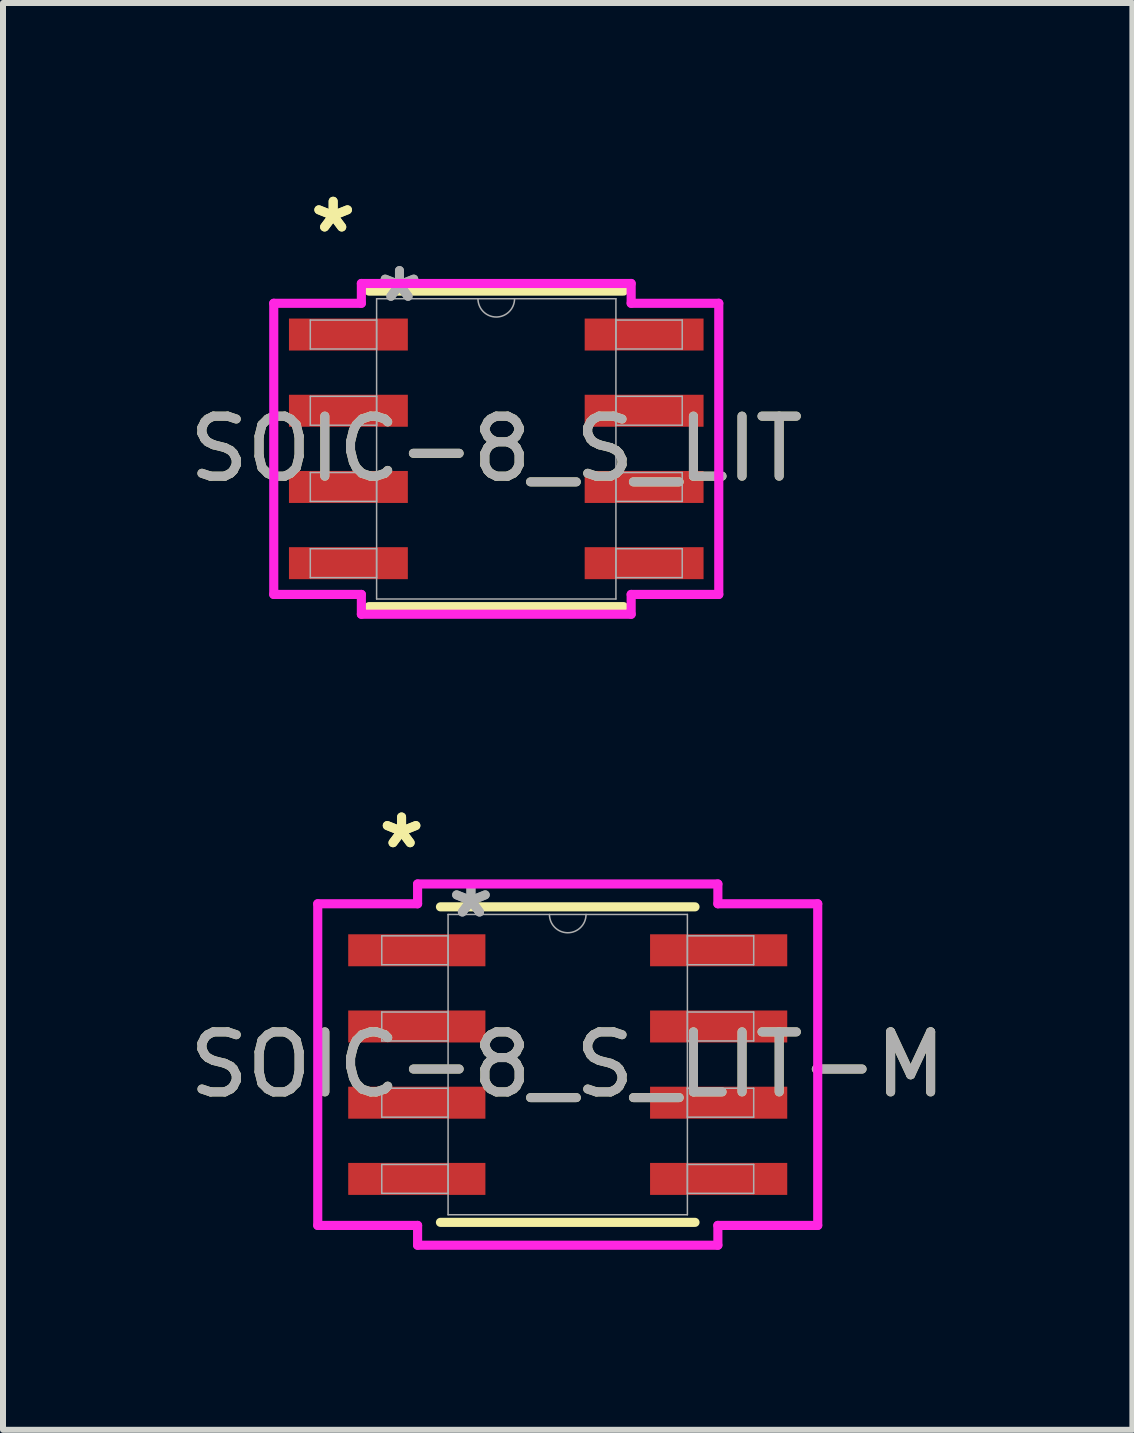
<source format=kicad_pcb>
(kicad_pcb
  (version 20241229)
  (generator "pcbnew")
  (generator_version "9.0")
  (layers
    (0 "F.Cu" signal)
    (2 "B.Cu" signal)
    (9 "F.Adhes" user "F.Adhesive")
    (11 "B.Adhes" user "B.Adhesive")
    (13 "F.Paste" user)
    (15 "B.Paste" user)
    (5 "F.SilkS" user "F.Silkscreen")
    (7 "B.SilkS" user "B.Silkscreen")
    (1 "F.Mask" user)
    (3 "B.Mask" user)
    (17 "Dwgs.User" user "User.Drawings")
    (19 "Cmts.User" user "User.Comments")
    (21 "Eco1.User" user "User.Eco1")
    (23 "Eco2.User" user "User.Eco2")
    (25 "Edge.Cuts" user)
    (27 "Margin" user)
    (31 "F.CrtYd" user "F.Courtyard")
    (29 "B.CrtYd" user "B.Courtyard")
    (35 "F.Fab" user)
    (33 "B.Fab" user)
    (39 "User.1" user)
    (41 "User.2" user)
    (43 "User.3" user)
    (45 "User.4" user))
  (footprint "SOIC-8_S_LIT"
    (layer "F.Cu")
    (at 5.22 4.43)
    (property "Reference" "SOIC-8_S_LIT" (at 0 0 0) (unlocked yes) (layer "F.SilkS") (effects (font (size 1 1) (thickness 0.15))))
    (attr smd)
    (fp_line (start -2.121 2.629) (end 2.121 2.629) (stroke (width 0.152) (type solid)) (layer "F.SilkS"))
    (fp_line (start 2.121 -2.629) (end -2.121 -2.629) (stroke (width 0.152) (type solid)) (layer "F.SilkS"))
    (fp_line (start -3.708 -2.426) (end -2.248 -2.426) (stroke (width 0.152) (type solid)) (layer "F.CrtYd"))
    (fp_line (start -3.708 2.426) (end -3.708 -2.426) (stroke (width 0.152) (type solid)) (layer "F.CrtYd"))
    (fp_line (start -3.708 2.426) (end -2.248 2.426) (stroke (width 0.152) (type solid)) (layer "F.CrtYd"))
    (fp_line (start -2.248 -2.756) (end 2.248 -2.756) (stroke (width 0.152) (type solid)) (layer "F.CrtYd"))
    (fp_line (start -2.248 -2.426) (end -2.248 -2.756) (stroke (width 0.152) (type solid)) (layer "F.CrtYd"))
    (fp_line (start -2.248 2.756) (end -2.248 2.426) (stroke (width 0.152) (type solid)) (layer "F.CrtYd"))
    (fp_line (start 2.248 -2.756) (end 2.248 -2.426) (stroke (width 0.152) (type solid)) (layer "F.CrtYd"))
    (fp_line (start 2.248 2.426) (end 2.248 2.756) (stroke (width 0.152) (type solid)) (layer "F.CrtYd"))
    (fp_line (start 2.248 2.756) (end -2.248 2.756) (stroke (width 0.152) (type solid)) (layer "F.CrtYd"))
    (fp_line (start 3.708 -2.426) (end 2.248 -2.426) (stroke (width 0.152) (type solid)) (layer "F.CrtYd"))
    (fp_line (start 3.708 -2.426) (end 3.708 2.426) (stroke (width 0.152) (type solid)) (layer "F.CrtYd"))
    (fp_line (start 3.708 2.426) (end 2.248 2.426) (stroke (width 0.152) (type solid)) (layer "F.CrtYd"))
    (fp_line (start -3.099 -2.146) (end -3.099 -1.664) (stroke (width 0.025) (type solid)) (layer "F.Fab"))
    (fp_line (start -3.099 -1.664) (end -1.994 -1.664) (stroke (width 0.025) (type solid)) (layer "F.Fab"))
    (fp_line (start -3.099 -0.876) (end -3.099 -0.394) (stroke (width 0.025) (type solid)) (layer "F.Fab"))
    (fp_line (start -3.099 -0.394) (end -1.994 -0.394) (stroke (width 0.025) (type solid)) (layer "F.Fab"))
    (fp_line (start -3.099 0.394) (end -3.099 0.876) (stroke (width 0.025) (type solid)) (layer "F.Fab"))
    (fp_line (start -3.099 0.876) (end -1.994 0.876) (stroke (width 0.025) (type solid)) (layer "F.Fab"))
    (fp_line (start -3.099 1.664) (end -3.099 2.146) (stroke (width 0.025) (type solid)) (layer "F.Fab"))
    (fp_line (start -3.099 2.146) (end -1.994 2.146) (stroke (width 0.025) (type solid)) (layer "F.Fab"))
    (fp_line (start -1.994 -2.502) (end -1.994 2.502) (stroke (width 0.025) (type solid)) (layer "F.Fab"))
    (fp_line (start -1.994 -2.146) (end -3.099 -2.146) (stroke (width 0.025) (type solid)) (layer "F.Fab"))
    (fp_line (start -1.994 -1.664) (end -1.994 -2.146) (stroke (width 0.025) (type solid)) (layer "F.Fab"))
    (fp_line (start -1.994 -0.876) (end -3.099 -0.876) (stroke (width 0.025) (type solid)) (layer "F.Fab"))
    (fp_line (start -1.994 -0.394) (end -1.994 -0.876) (stroke (width 0.025) (type solid)) (layer "F.Fab"))
    (fp_line (start -1.994 0.394) (end -3.099 0.394) (stroke (width 0.025) (type solid)) (layer "F.Fab"))
    (fp_line (start -1.994 0.876) (end -1.994 0.394) (stroke (width 0.025) (type solid)) (layer "F.Fab"))
    (fp_line (start -1.994 1.664) (end -3.099 1.664) (stroke (width 0.025) (type solid)) (layer "F.Fab"))
    (fp_line (start -1.994 2.146) (end -1.994 1.664) (stroke (width 0.025) (type solid)) (layer "F.Fab"))
    (fp_line (start -1.994 2.502) (end 1.994 2.502) (stroke (width 0.025) (type solid)) (layer "F.Fab"))
    (fp_line (start 1.994 -2.502) (end -1.994 -2.502) (stroke (width 0.025) (type solid)) (layer "F.Fab"))
    (fp_line (start 1.994 -2.146) (end 1.994 -1.664) (stroke (width 0.025) (type solid)) (layer "F.Fab"))
    (fp_line (start 1.994 -1.664) (end 3.099 -1.664) (stroke (width 0.025) (type solid)) (layer "F.Fab"))
    (fp_line (start 1.994 -0.876) (end 1.994 -0.394) (stroke (width 0.025) (type solid)) (layer "F.Fab"))
    (fp_line (start 1.994 -0.394) (end 3.099 -0.394) (stroke (width 0.025) (type solid)) (layer "F.Fab"))
    (fp_line (start 1.994 0.394) (end 1.994 0.876) (stroke (width 0.025) (type solid)) (layer "F.Fab"))
    (fp_line (start 1.994 0.876) (end 3.099 0.876) (stroke (width 0.025) (type solid)) (layer "F.Fab"))
    (fp_line (start 1.994 1.664) (end 1.994 2.146) (stroke (width 0.025) (type solid)) (layer "F.Fab"))
    (fp_line (start 1.994 2.146) (end 3.099 2.146) (stroke (width 0.025) (type solid)) (layer "F.Fab"))
    (fp_line (start 1.994 2.502) (end 1.994 -2.502) (stroke (width 0.025) (type solid)) (layer "F.Fab"))
    (fp_line (start 3.099 -2.146) (end 1.994 -2.146) (stroke (width 0.025) (type solid)) (layer "F.Fab"))
    (fp_line (start 3.099 -1.664) (end 3.099 -2.146) (stroke (width 0.025) (type solid)) (layer "F.Fab"))
    (fp_line (start 3.099 -0.876) (end 1.994 -0.876) (stroke (width 0.025) (type solid)) (layer "F.Fab"))
    (fp_line (start 3.099 -0.394) (end 3.099 -0.876) (stroke (width 0.025) (type solid)) (layer "F.Fab"))
    (fp_line (start 3.099 0.394) (end 1.994 0.394) (stroke (width 0.025) (type solid)) (layer "F.Fab"))
    (fp_line (start 3.099 0.876) (end 3.099 0.394) (stroke (width 0.025) (type solid)) (layer "F.Fab"))
    (fp_line (start 3.099 1.664) (end 1.994 1.664) (stroke (width 0.025) (type solid)) (layer "F.Fab"))
    (fp_line (start 3.099 2.146) (end 3.099 1.664) (stroke (width 0.025) (type solid)) (layer "F.Fab"))
    (fp_arc (start 0.3048 -2.5019) (mid 0 -2.1971) (end -0.3048 -2.5019) (stroke (width 0.0254) (type solid)) (layer "F.Fab"))
    (fp_text user "*" (at -2.718 -3.581 0) (layer "F.SilkS") (effects (font (size 1 1) (thickness 0.15))))
    (fp_text user "*" (at -2.718 -3.581 0) (unlocked yes) (layer "F.SilkS") (effects (font (size 1 1) (thickness 0.15))))
    (fp_text user "*" (at -1.613 -2.426 0) (unlocked yes) (layer "F.Fab") (effects (font (size 1 1) (thickness 0.15))))
    (fp_text user "*" (at -1.613 -2.426 0) (layer "F.Fab") (effects (font (size 1 1) (thickness 0.15))))
    (fp_text user "${REFERENCE}" (at 0 0 0) (unlocked yes) (layer "F.Fab") (effects (font (size 1 1) (thickness 0.15))))
    (pad "1" smd rect (at -2.464 -1.905) (size 1.981 0.533) (layers "F.Cu" "F.Mask" "F.Paste"))
    (pad "2" smd rect (at -2.464 -0.635) (size 1.981 0.533) (layers "F.Cu" "F.Mask" "F.Paste"))
    (pad "3" smd rect (at -2.464 0.635) (size 1.981 0.533) (layers "F.Cu" "F.Mask" "F.Paste"))
    (pad "4" smd rect (at -2.464 1.905) (size 1.981 0.533) (layers "F.Cu" "F.Mask" "F.Paste"))
    (pad "5" smd rect (at 2.464 1.905) (size 1.981 0.533) (layers "F.Cu" "F.Mask" "F.Paste"))
    (pad "6" smd rect (at 2.464 0.635) (size 1.981 0.533) (layers "F.Cu" "F.Mask" "F.Paste"))
    (pad "7" smd rect (at 2.464 -0.635) (size 1.981 0.533) (layers "F.Cu" "F.Mask" "F.Paste"))
    (pad "8" smd rect (at 2.464 -1.905) (size 1.981 0.533) (layers "F.Cu" "F.Mask" "F.Paste")))
  (footprint "SOIC-8_S_LIT-M"
    (layer "F.Cu")
    (at 6.411 14.691)
    (property "Reference" "SOIC-8_S_LIT-M" (at 0 0 0) (unlocked yes) (layer "F.SilkS") (effects (font (size 1 1) (thickness 0.15))))
    (attr smd)
    (fp_line (start -2.121 2.629) (end 2.121 2.629) (stroke (width 0.152) (type solid)) (layer "F.SilkS"))
    (fp_line (start 2.121 -2.629) (end -2.121 -2.629) (stroke (width 0.152) (type solid)) (layer "F.SilkS"))
    (fp_line (start -4.166 -2.68) (end -2.502 -2.68) (stroke (width 0.152) (type solid)) (layer "F.CrtYd"))
    (fp_line (start -4.166 2.68) (end -4.166 -2.68) (stroke (width 0.152) (type solid)) (layer "F.CrtYd"))
    (fp_line (start -4.166 2.68) (end -2.502 2.68) (stroke (width 0.152) (type solid)) (layer "F.CrtYd"))
    (fp_line (start -2.502 -3.01) (end 2.502 -3.01) (stroke (width 0.152) (type solid)) (layer "F.CrtYd"))
    (fp_line (start -2.502 -2.68) (end -2.502 -3.01) (stroke (width 0.152) (type solid)) (layer "F.CrtYd"))
    (fp_line (start -2.502 3.01) (end -2.502 2.68) (stroke (width 0.152) (type solid)) (layer "F.CrtYd"))
    (fp_line (start 2.502 -3.01) (end 2.502 -2.68) (stroke (width 0.152) (type solid)) (layer "F.CrtYd"))
    (fp_line (start 2.502 2.68) (end 2.502 3.01) (stroke (width 0.152) (type solid)) (layer "F.CrtYd"))
    (fp_line (start 2.502 3.01) (end -2.502 3.01) (stroke (width 0.152) (type solid)) (layer "F.CrtYd"))
    (fp_line (start 4.166 -2.68) (end 2.502 -2.68) (stroke (width 0.152) (type solid)) (layer "F.CrtYd"))
    (fp_line (start 4.166 -2.68) (end 4.166 2.68) (stroke (width 0.152) (type solid)) (layer "F.CrtYd"))
    (fp_line (start 4.166 2.68) (end 2.502 2.68) (stroke (width 0.152) (type solid)) (layer "F.CrtYd"))
    (fp_line (start -3.099 -2.146) (end -3.099 -1.664) (stroke (width 0.025) (type solid)) (layer "F.Fab"))
    (fp_line (start -3.099 -1.664) (end -1.994 -1.664) (stroke (width 0.025) (type solid)) (layer "F.Fab"))
    (fp_line (start -3.099 -0.876) (end -3.099 -0.394) (stroke (width 0.025) (type solid)) (layer "F.Fab"))
    (fp_line (start -3.099 -0.394) (end -1.994 -0.394) (stroke (width 0.025) (type solid)) (layer "F.Fab"))
    (fp_line (start -3.099 0.394) (end -3.099 0.876) (stroke (width 0.025) (type solid)) (layer "F.Fab"))
    (fp_line (start -3.099 0.876) (end -1.994 0.876) (stroke (width 0.025) (type solid)) (layer "F.Fab"))
    (fp_line (start -3.099 1.664) (end -3.099 2.146) (stroke (width 0.025) (type solid)) (layer "F.Fab"))
    (fp_line (start -3.099 2.146) (end -1.994 2.146) (stroke (width 0.025) (type solid)) (layer "F.Fab"))
    (fp_line (start -1.994 -2.502) (end -1.994 2.502) (stroke (width 0.025) (type solid)) (layer "F.Fab"))
    (fp_line (start -1.994 -2.146) (end -3.099 -2.146) (stroke (width 0.025) (type solid)) (layer "F.Fab"))
    (fp_line (start -1.994 -1.664) (end -1.994 -2.146) (stroke (width 0.025) (type solid)) (layer "F.Fab"))
    (fp_line (start -1.994 -0.876) (end -3.099 -0.876) (stroke (width 0.025) (type solid)) (layer "F.Fab"))
    (fp_line (start -1.994 -0.394) (end -1.994 -0.876) (stroke (width 0.025) (type solid)) (layer "F.Fab"))
    (fp_line (start -1.994 0.394) (end -3.099 0.394) (stroke (width 0.025) (type solid)) (layer "F.Fab"))
    (fp_line (start -1.994 0.876) (end -1.994 0.394) (stroke (width 0.025) (type solid)) (layer "F.Fab"))
    (fp_line (start -1.994 1.664) (end -3.099 1.664) (stroke (width 0.025) (type solid)) (layer "F.Fab"))
    (fp_line (start -1.994 2.146) (end -1.994 1.664) (stroke (width 0.025) (type solid)) (layer "F.Fab"))
    (fp_line (start -1.994 2.502) (end 1.994 2.502) (stroke (width 0.025) (type solid)) (layer "F.Fab"))
    (fp_line (start 1.994 -2.502) (end -1.994 -2.502) (stroke (width 0.025) (type solid)) (layer "F.Fab"))
    (fp_line (start 1.994 -2.146) (end 1.994 -1.664) (stroke (width 0.025) (type solid)) (layer "F.Fab"))
    (fp_line (start 1.994 -1.664) (end 3.099 -1.664) (stroke (width 0.025) (type solid)) (layer "F.Fab"))
    (fp_line (start 1.994 -0.876) (end 1.994 -0.394) (stroke (width 0.025) (type solid)) (layer "F.Fab"))
    (fp_line (start 1.994 -0.394) (end 3.099 -0.394) (stroke (width 0.025) (type solid)) (layer "F.Fab"))
    (fp_line (start 1.994 0.394) (end 1.994 0.876) (stroke (width 0.025) (type solid)) (layer "F.Fab"))
    (fp_line (start 1.994 0.876) (end 3.099 0.876) (stroke (width 0.025) (type solid)) (layer "F.Fab"))
    (fp_line (start 1.994 1.664) (end 1.994 2.146) (stroke (width 0.025) (type solid)) (layer "F.Fab"))
    (fp_line (start 1.994 2.146) (end 3.099 2.146) (stroke (width 0.025) (type solid)) (layer "F.Fab"))
    (fp_line (start 1.994 2.502) (end 1.994 -2.502) (stroke (width 0.025) (type solid)) (layer "F.Fab"))
    (fp_line (start 3.099 -2.146) (end 1.994 -2.146) (stroke (width 0.025) (type solid)) (layer "F.Fab"))
    (fp_line (start 3.099 -1.664) (end 3.099 -2.146) (stroke (width 0.025) (type solid)) (layer "F.Fab"))
    (fp_line (start 3.099 -0.876) (end 1.994 -0.876) (stroke (width 0.025) (type solid)) (layer "F.Fab"))
    (fp_line (start 3.099 -0.394) (end 3.099 -0.876) (stroke (width 0.025) (type solid)) (layer "F.Fab"))
    (fp_line (start 3.099 0.394) (end 1.994 0.394) (stroke (width 0.025) (type solid)) (layer "F.Fab"))
    (fp_line (start 3.099 0.876) (end 3.099 0.394) (stroke (width 0.025) (type solid)) (layer "F.Fab"))
    (fp_line (start 3.099 1.664) (end 1.994 1.664) (stroke (width 0.025) (type solid)) (layer "F.Fab"))
    (fp_line (start 3.099 2.146) (end 3.099 1.664) (stroke (width 0.025) (type solid)) (layer "F.Fab"))
    (fp_arc (start 0.3048 -2.5019) (mid 0 -2.1971) (end -0.3048 -2.5019) (stroke (width 0.0254) (type solid)) (layer "F.Fab"))
    (fp_text user "*" (at -2.769 -3.581 0) (unlocked yes) (layer "F.SilkS") (effects (font (size 1 1) (thickness 0.15))))
    (fp_text user "*" (at -2.769 -3.581 0) (layer "F.SilkS") (effects (font (size 1 1) (thickness 0.15))))
    (fp_text user "*" (at -1.613 -2.426 0) (unlocked yes) (layer "F.Fab") (effects (font (size 1 1) (thickness 0.15))))
    (fp_text user "${REFERENCE}" (at 0 0 0) (unlocked yes) (layer "F.Fab") (effects (font (size 1 1) (thickness 0.15))))
    (fp_text user "*" (at -1.613 -2.426 0) (layer "F.Fab") (effects (font (size 1 1) (thickness 0.15))))
    (pad "1" smd rect (at -2.515 -1.905) (size 2.286 0.533) (layers "F.Cu" "F.Mask" "F.Paste"))
    (pad "2" smd rect (at -2.515 -0.635) (size 2.286 0.533) (layers "F.Cu" "F.Mask" "F.Paste"))
    (pad "3" smd rect (at -2.515 0.635) (size 2.286 0.533) (layers "F.Cu" "F.Mask" "F.Paste"))
    (pad "4" smd rect (at -2.515 1.905) (size 2.286 0.533) (layers "F.Cu" "F.Mask" "F.Paste"))
    (pad "5" smd rect (at 2.515 1.905) (size 2.286 0.533) (layers "F.Cu" "F.Mask" "F.Paste"))
    (pad "6" smd rect (at 2.515 0.635) (size 2.286 0.533) (layers "F.Cu" "F.Mask" "F.Paste"))
    (pad "7" smd rect (at 2.515 -0.635) (size 2.286 0.533) (layers "F.Cu" "F.Mask" "F.Paste"))
    (pad "8" smd rect (at 2.515 -1.905) (size 2.286 0.533) (layers "F.Cu" "F.Mask" "F.Paste")))
  (gr_rect
    (start -3 -3)
    (end 15.821 20.777)
    (stroke (width 0.1) (type default))
    (fill no)
    (layer "Edge.Cuts")))
</source>
